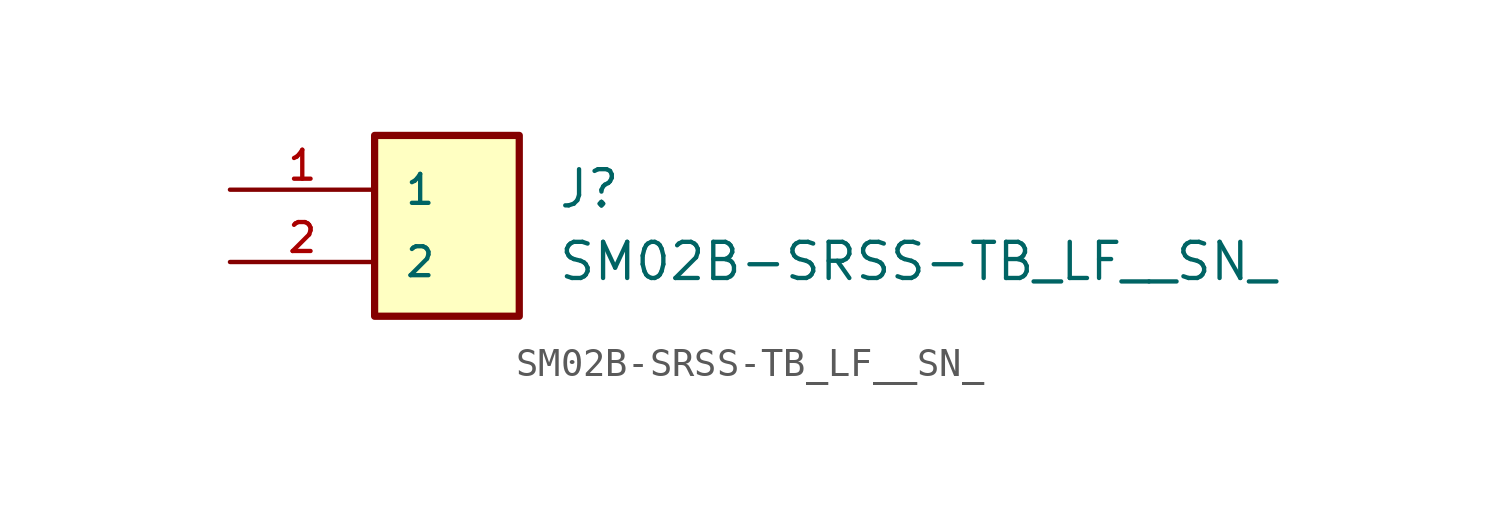
<source format=kicad_sym>
(kicad_symbol_lib
  (version 20220914)
  (generator kicad_symbol_editor)
  (symbol "SM02B-SRSS-TB_LF__SN_"
    (pin_names
      (offset 1.016))
    (property "Reference" "J"
      (at 11.494 5.109 0)
      (effects (font (size 1.27 1.27)) (justify left)))
    (property "Value" "SM02B-SRSS-TB_LF__SN_"
      (at 11.491 2.558 0)
      (effects (font (size 1.27 1.27)) (justify left)))
    (symbol "SM02B-SRSS-TB_LF__SN__0_0"
      (rectangle (start 5.08 6.985) (end 10.16 0.635) (stroke (width 0.254) (type default)) (fill (type background))))
    (symbol "SM02B-SRSS-TB_LF__SN__1_0"
      (pin passive line (at 0 5.08 0) (length 5.08) (name "1" (effects (font (size 1.016 1.016)))) (number "1" (effects (font (size 1.016 1.016)))))
      (pin passive line (at 0 2.54 0) (length 5.08) (name "2" (effects (font (size 1.016 1.016)))) (number "2" (effects (font (size 1.016 1.016))))))))
</source>
